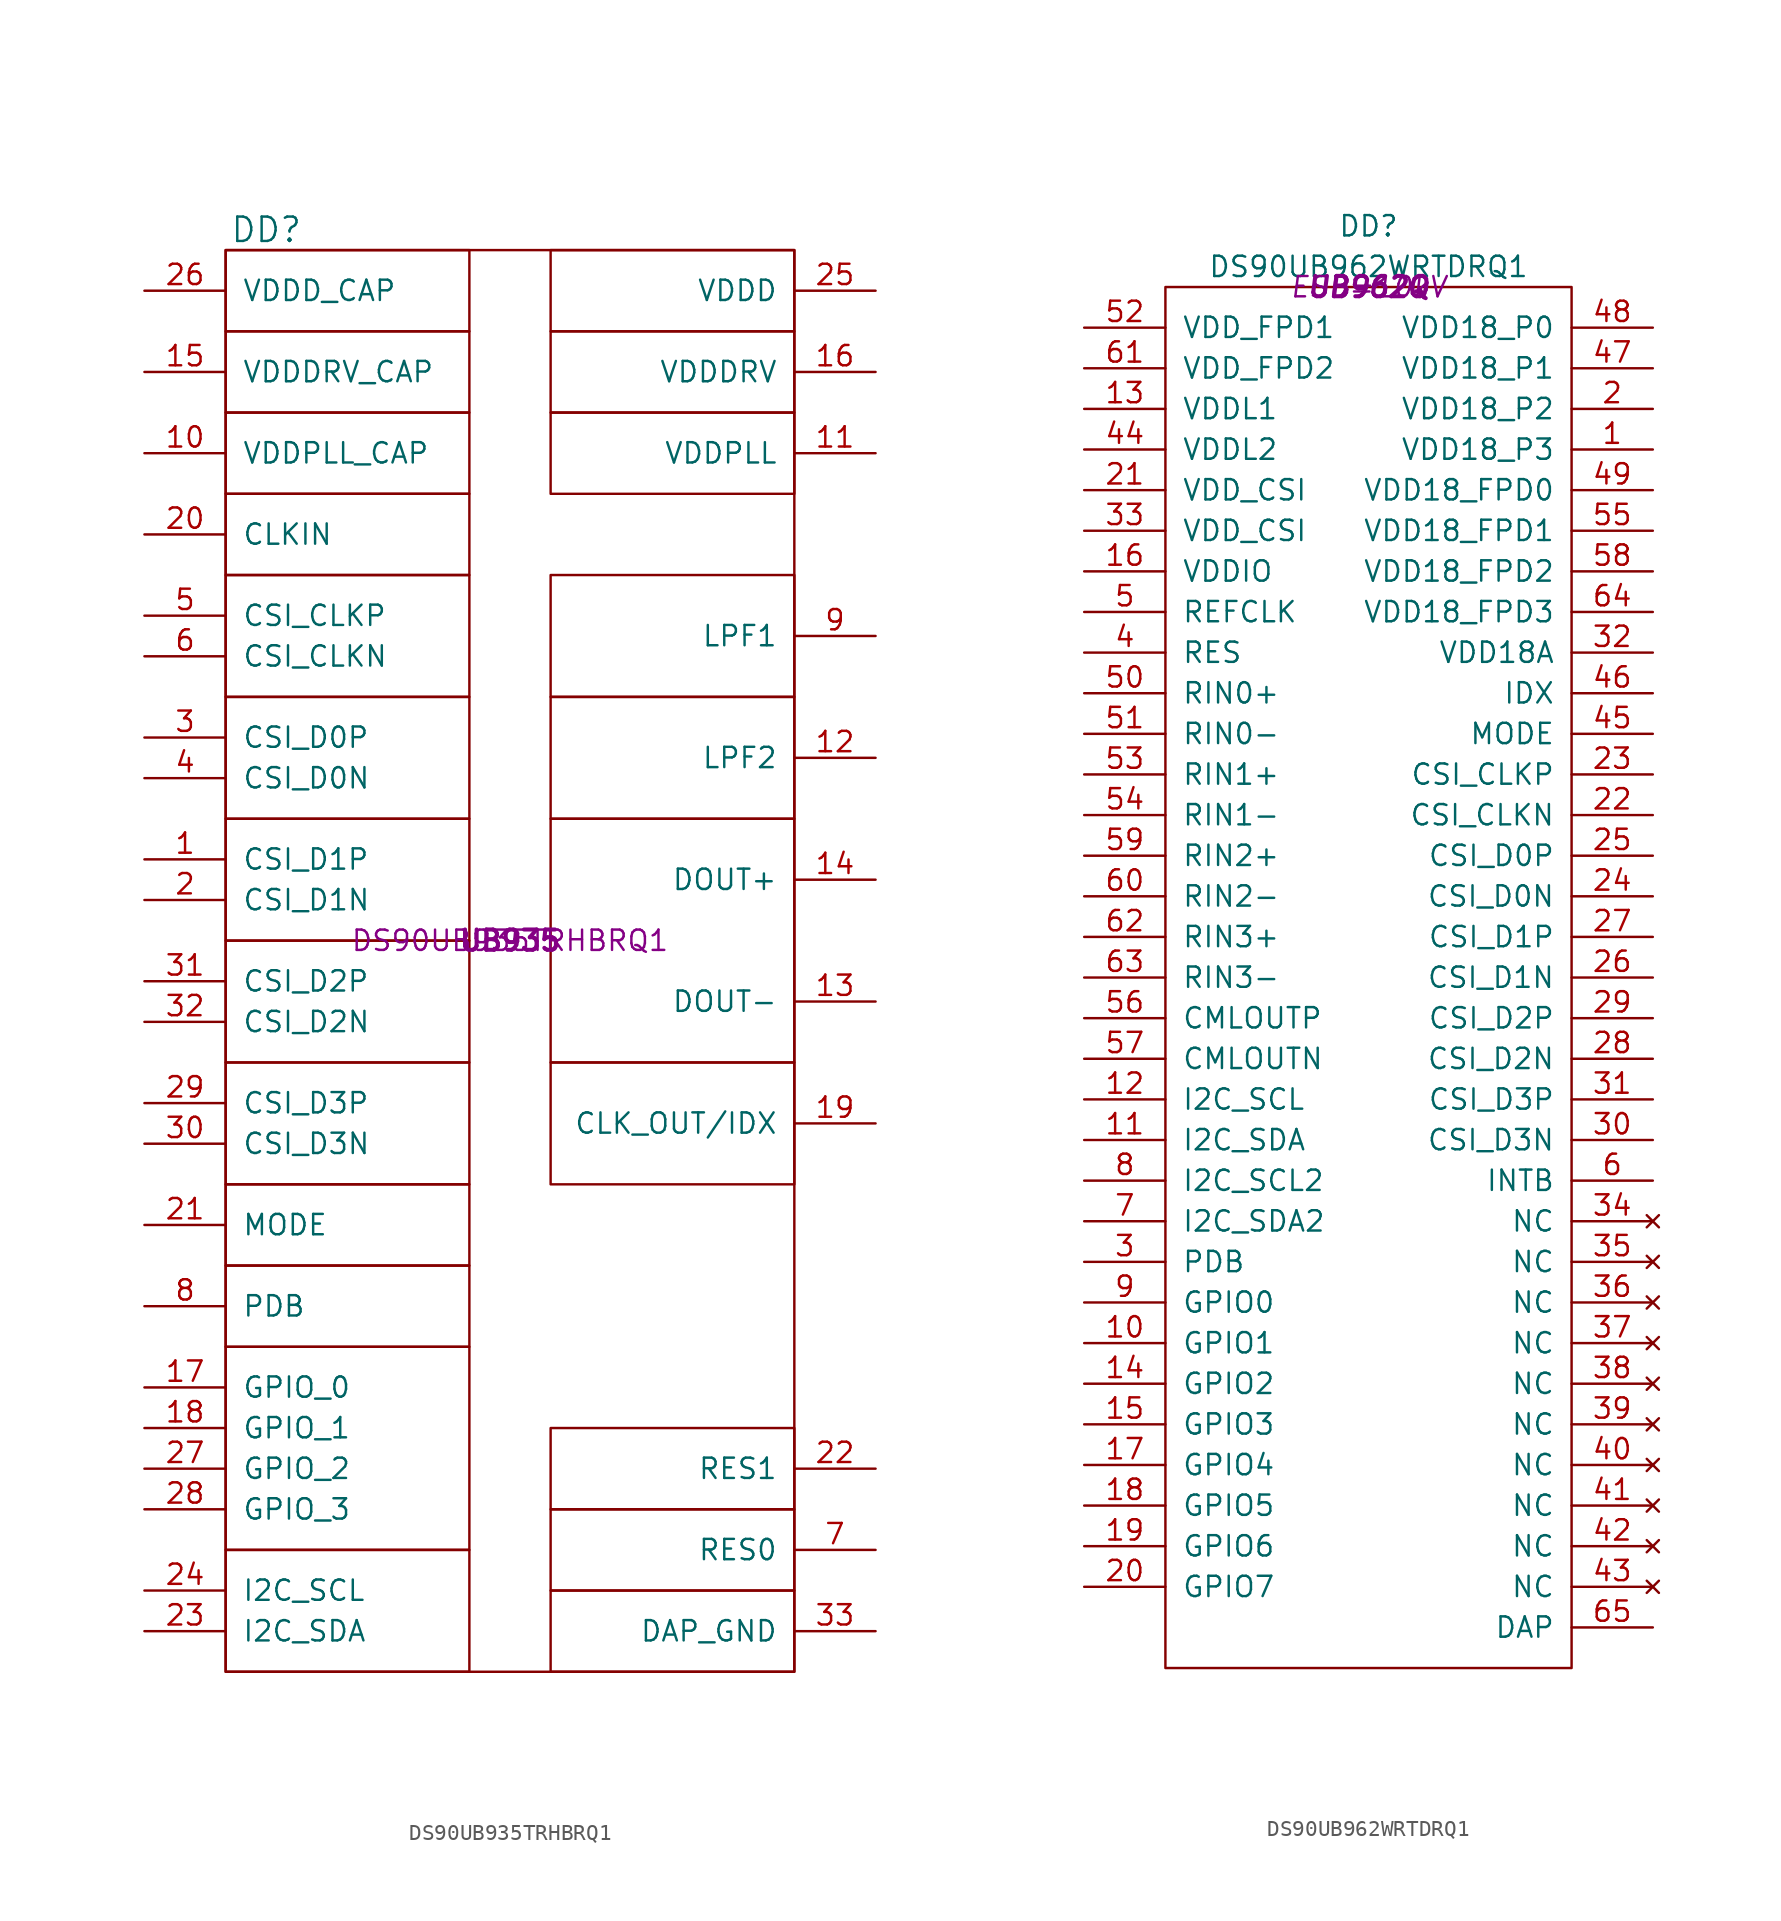
<source format=kicad_sym>
(kicad_symbol_lib
  (version 20211014)
  (generator kicad_symbol_editor)
  (symbol "DS90UB935TRHBRQ1"
    (pin_names
      (offset 1.016))
    (property "Reference" "DD"
      (at -15.24 44.45 0)
      (effects (font (size 1.524 1.524))))
    (property "p/n" "DS90UB935TRHBRQ1"
      (at 0 0 0)
      (effects (font (size 1.27 1.27))))
    (property "Mark" "UB935"
      (at 0 0 0)
      (effects (font (size 1.27 1.27) bold)))
    (symbol "DS90UB935TRHBRQ1_0_1"
      (rectangle (start -17.78 -38.1) (end -2.54 -45.72) (stroke (width 0) (type default) (color 0 0 0 0)) (fill (type none)))
      (rectangle (start -17.78 -25.4) (end -2.54 -38.1) (stroke (width 0) (type default) (color 0 0 0 0)) (fill (type none)))
      (rectangle (start -17.78 -20.32) (end -2.54 -25.4) (stroke (width 0) (type default) (color 0 0 0 0)) (fill (type none)))
      (rectangle (start -17.78 -15.24) (end -2.54 -20.32) (stroke (width 0) (type default) (color 0 0 0 0)) (fill (type none)))
      (rectangle (start -17.78 -7.62) (end -2.54 -15.24) (stroke (width 0) (type default) (color 0 0 0 0)) (fill (type none)))
      (rectangle (start -17.78 0) (end -2.54 -7.62) (stroke (width 0) (type default) (color 0 0 0 0)) (fill (type none)))
      (rectangle (start -17.78 7.62) (end -2.54 0) (stroke (width 0) (type default) (color 0 0 0 0)) (fill (type none)))
      (rectangle (start -17.78 15.24) (end -2.54 7.62) (stroke (width 0) (type default) (color 0 0 0 0)) (fill (type none)))
      (rectangle (start -17.78 22.86) (end -2.54 15.24) (stroke (width 0) (type default) (color 0 0 0 0)) (fill (type none)))
      (rectangle (start -17.78 27.94) (end -2.54 22.86) (stroke (width 0) (type default) (color 0 0 0 0)) (fill (type none)))
      (rectangle (start -17.78 33.02) (end -2.54 27.94) (stroke (width 0) (type default) (color 0 0 0 0)) (fill (type none)))
      (rectangle (start -17.78 38.1) (end -2.54 33.02) (stroke (width 0) (type default) (color 0 0 0 0)) (fill (type none)))
      (rectangle (start -17.78 43.18) (end -2.54 38.1) (stroke (width 0) (type default) (color 0 0 0 0)) (fill (type none)))
      (rectangle (start -17.78 43.18) (end 17.78 -45.72) (stroke (width 0) (type default) (color 0 0 0 0)) (fill (type none)))
      (rectangle (start 2.54 -40.64) (end 17.78 -45.72) (stroke (width 0) (type default) (color 0 0 0 0)) (fill (type none)))
      (rectangle (start 2.54 -35.56) (end 17.78 -40.64) (stroke (width 0) (type default) (color 0 0 0 0)) (fill (type none)))
      (rectangle (start 2.54 -30.48) (end 17.78 -35.56) (stroke (width 0) (type default) (color 0 0 0 0)) (fill (type none)))
      (rectangle (start 2.54 -7.62) (end 17.78 -15.24) (stroke (width 0) (type default) (color 0 0 0 0)) (fill (type none)))
      (rectangle (start 2.54 7.62) (end 17.78 -7.62) (stroke (width 0) (type default) (color 0 0 0 0)) (fill (type none)))
      (rectangle (start 2.54 15.24) (end 17.78 7.62) (stroke (width 0) (type default) (color 0 0 0 0)) (fill (type none)))
      (rectangle (start 2.54 22.86) (end 17.78 15.24) (stroke (width 0) (type default) (color 0 0 0 0)) (fill (type none)))
      (rectangle (start 2.54 33.02) (end 17.78 27.94) (stroke (width 0) (type default) (color 0 0 0 0)) (fill (type none)))
      (rectangle (start 2.54 38.1) (end 17.78 33.02) (stroke (width 0) (type default) (color 0 0 0 0)) (fill (type none)))
      (rectangle (start 2.54 43.18) (end 17.78 38.1) (stroke (width 0) (type default) (color 0 0 0 0)) (fill (type none))))
    (symbol "DS90UB935TRHBRQ1_1_1"
      (pin input line (at -22.86 5.08 0) (length 5.08) (name "CSI_D1P" (effects (font (size 1.27 1.27)))) (number "1" (effects (font (size 1.27 1.27)))))
      (pin passive line (at -22.86 30.48 0) (length 5.08) (name "VDDPLL_CAP" (effects (font (size 1.27 1.27)))) (number "10" (effects (font (size 1.27 1.27)))))
      (pin input line (at 22.86 30.48 180) (length 5.08) (name "VDDPLL" (effects (font (size 1.27 1.27)))) (number "11" (effects (font (size 1.27 1.27)))))
      (pin passive line (at 22.86 11.43 180) (length 5.08) (name "LPF2" (effects (font (size 1.27 1.27)))) (number "12" (effects (font (size 1.27 1.27)))))
      (pin bidirectional line (at 22.86 -3.81 180) (length 5.08) (name "DOUT-" (effects (font (size 1.27 1.27)))) (number "13" (effects (font (size 1.27 1.27)))))
      (pin bidirectional line (at 22.86 3.81 180) (length 5.08) (name "DOUT+" (effects (font (size 1.27 1.27)))) (number "14" (effects (font (size 1.27 1.27)))))
      (pin passive line (at -22.86 35.56 0) (length 5.08) (name "VDDDRV_CAP" (effects (font (size 1.27 1.27)))) (number "15" (effects (font (size 1.27 1.27)))))
      (pin input line (at 22.86 35.56 180) (length 5.08) (name "VDDDRV" (effects (font (size 1.27 1.27)))) (number "16" (effects (font (size 1.27 1.27)))))
      (pin bidirectional line (at -22.86 -27.94 0) (length 5.08) (name "GPIO_0" (effects (font (size 1.27 1.27)))) (number "17" (effects (font (size 1.27 1.27)))))
      (pin bidirectional line (at -22.86 -30.48 0) (length 5.08) (name "GPIO_1" (effects (font (size 1.27 1.27)))) (number "18" (effects (font (size 1.27 1.27)))))
      (pin bidirectional line (at 22.86 -11.43 180) (length 5.08) (name "CLK_OUT/IDX" (effects (font (size 1.27 1.27)))) (number "19" (effects (font (size 1.27 1.27)))))
      (pin input line (at -22.86 2.54 0) (length 5.08) (name "CSI_D1N" (effects (font (size 1.27 1.27)))) (number "2" (effects (font (size 1.27 1.27)))))
      (pin input line (at -22.86 25.4 0) (length 5.08) (name "CLKIN" (effects (font (size 1.27 1.27)))) (number "20" (effects (font (size 1.27 1.27)))))
      (pin passive line (at -22.86 -17.78 0) (length 5.08) (name "MODE" (effects (font (size 1.27 1.27)))) (number "21" (effects (font (size 1.27 1.27)))))
      (pin input line (at 22.86 -33.02 180) (length 5.08) (name "RES1" (effects (font (size 1.27 1.27)))) (number "22" (effects (font (size 1.27 1.27)))))
      (pin open_collector line (at -22.86 -43.18 0) (length 5.08) (name "I2C_SDA" (effects (font (size 1.27 1.27)))) (number "23" (effects (font (size 1.27 1.27)))))
      (pin open_collector line (at -22.86 -40.64 0) (length 5.08) (name "I2C_SCL" (effects (font (size 1.27 1.27)))) (number "24" (effects (font (size 1.27 1.27)))))
      (pin input line (at 22.86 40.64 180) (length 5.08) (name "VDDD" (effects (font (size 1.27 1.27)))) (number "25" (effects (font (size 1.27 1.27)))))
      (pin passive line (at -22.86 40.64 0) (length 5.08) (name "VDDD_CAP" (effects (font (size 1.27 1.27)))) (number "26" (effects (font (size 1.27 1.27)))))
      (pin bidirectional line (at -22.86 -33.02 0) (length 5.08) (name "GPIO_2" (effects (font (size 1.27 1.27)))) (number "27" (effects (font (size 1.27 1.27)))))
      (pin bidirectional line (at -22.86 -35.56 0) (length 5.08) (name "GPIO_3" (effects (font (size 1.27 1.27)))) (number "28" (effects (font (size 1.27 1.27)))))
      (pin input line (at -22.86 -10.16 0) (length 5.08) (name "CSI_D3P" (effects (font (size 1.27 1.27)))) (number "29" (effects (font (size 1.27 1.27)))))
      (pin input line (at -22.86 12.7 0) (length 5.08) (name "CSI_D0P" (effects (font (size 1.27 1.27)))) (number "3" (effects (font (size 1.27 1.27)))))
      (pin input line (at -22.86 -12.7 0) (length 5.08) (name "CSI_D3N" (effects (font (size 1.27 1.27)))) (number "30" (effects (font (size 1.27 1.27)))))
      (pin input line (at -22.86 -2.54 0) (length 5.08) (name "CSI_D2P" (effects (font (size 1.27 1.27)))) (number "31" (effects (font (size 1.27 1.27)))))
      (pin input line (at -22.86 -5.08 0) (length 5.08) (name "CSI_D2N" (effects (font (size 1.27 1.27)))) (number "32" (effects (font (size 1.27 1.27)))))
      (pin power_in line (at 22.86 -43.18 180) (length 5.08) (name "DAP_GND" (effects (font (size 1.27 1.27)))) (number "33" (effects (font (size 1.27 1.27)))))
      (pin input line (at -22.86 10.16 0) (length 5.08) (name "CSI_D0N" (effects (font (size 1.27 1.27)))) (number "4" (effects (font (size 1.27 1.27)))))
      (pin input line (at -22.86 20.32 0) (length 5.08) (name "CSI_CLKP" (effects (font (size 1.27 1.27)))) (number "5" (effects (font (size 1.27 1.27)))))
      (pin input line (at -22.86 17.78 0) (length 5.08) (name "CSI_CLKN" (effects (font (size 1.27 1.27)))) (number "6" (effects (font (size 1.27 1.27)))))
      (pin input line (at 22.86 -38.1 180) (length 5.08) (name "RES0" (effects (font (size 1.27 1.27)))) (number "7" (effects (font (size 1.27 1.27)))))
      (pin input line (at -22.86 -22.86 0) (length 5.08) (name "PDB" (effects (font (size 1.27 1.27)))) (number "8" (effects (font (size 1.27 1.27)))))
      (pin passive line (at 22.86 19.05 180) (length 5.08) (name "LPF1" (effects (font (size 1.27 1.27)))) (number "9" (effects (font (size 1.27 1.27)))))))
  (symbol "DS90UB962WRTDRQ1"
    (pin_names
      (offset 1.016))
    (property "Reference" "DD"
      (at 0 3.81 0)
      (effects (font (size 1.27 1.27))))
    (property "Value" "DS90UB962WRTDRQ1"
      (at 0 1.27 0)
      (effects (font (size 1.27 1.27))))
    (property "Mark" "UB962Q"
      (at 0 0 0)
      (effects (font (size 1.27 1.27) bold italic)))
    (property "ESD" "ESD=10kV"
      (at 0 0 0)
      (effects (font (size 1.27 1.27) italic)))
    (symbol "DS90UB962WRTDRQ1_0_1"
      (rectangle (start -12.7 0) (end 12.7 -86.36) (stroke (width 0) (type default) (color 0 0 0 0)) (fill (type none))))
    (symbol "DS90UB962WRTDRQ1_1_1"
      (pin passive line (at 17.78 -10.16 180) (length 5.08) (name "VDD18_P3" (effects (font (size 1.27 1.27)))) (number "1" (effects (font (size 1.27 1.27)))))
      (pin passive line (at -17.78 -66.04 0) (length 5.08) (name "GPIO1" (effects (font (size 1.27 1.27)))) (number "10" (effects (font (size 1.27 1.27)))))
      (pin passive line (at -17.78 -53.34 0) (length 5.08) (name "I2C_SDA" (effects (font (size 1.27 1.27)))) (number "11" (effects (font (size 1.27 1.27)))))
      (pin passive line (at -17.78 -50.8 0) (length 5.08) (name "I2C_SCL" (effects (font (size 1.27 1.27)))) (number "12" (effects (font (size 1.27 1.27)))))
      (pin passive line (at -17.78 -7.62 0) (length 5.08) (name "VDDL1" (effects (font (size 1.27 1.27)))) (number "13" (effects (font (size 1.27 1.27)))))
      (pin passive line (at -17.78 -68.58 0) (length 5.08) (name "GPIO2" (effects (font (size 1.27 1.27)))) (number "14" (effects (font (size 1.27 1.27)))))
      (pin passive line (at -17.78 -71.12 0) (length 5.08) (name "GPIO3" (effects (font (size 1.27 1.27)))) (number "15" (effects (font (size 1.27 1.27)))))
      (pin passive line (at -17.78 -17.78 0) (length 5.08) (name "VDDIO" (effects (font (size 1.27 1.27)))) (number "16" (effects (font (size 1.27 1.27)))))
      (pin passive line (at -17.78 -73.66 0) (length 5.08) (name "GPIO4" (effects (font (size 1.27 1.27)))) (number "17" (effects (font (size 1.27 1.27)))))
      (pin passive line (at -17.78 -76.2 0) (length 5.08) (name "GPIO5" (effects (font (size 1.27 1.27)))) (number "18" (effects (font (size 1.27 1.27)))))
      (pin passive line (at -17.78 -78.74 0) (length 5.08) (name "GPIO6" (effects (font (size 1.27 1.27)))) (number "19" (effects (font (size 1.27 1.27)))))
      (pin passive line (at 17.78 -7.62 180) (length 5.08) (name "VDD18_P2" (effects (font (size 1.27 1.27)))) (number "2" (effects (font (size 1.27 1.27)))))
      (pin passive line (at -17.78 -81.28 0) (length 5.08) (name "GPIO7" (effects (font (size 1.27 1.27)))) (number "20" (effects (font (size 1.27 1.27)))))
      (pin passive line (at -17.78 -12.7 0) (length 5.08) (name "VDD_CSI" (effects (font (size 1.27 1.27)))) (number "21" (effects (font (size 1.27 1.27)))))
      (pin passive line (at 17.78 -33.02 180) (length 5.08) (name "CSI_CLKN" (effects (font (size 1.27 1.27)))) (number "22" (effects (font (size 1.27 1.27)))))
      (pin passive line (at 17.78 -30.48 180) (length 5.08) (name "CSI_CLKP" (effects (font (size 1.27 1.27)))) (number "23" (effects (font (size 1.27 1.27)))))
      (pin passive line (at 17.78 -38.1 180) (length 5.08) (name "CSI_D0N" (effects (font (size 1.27 1.27)))) (number "24" (effects (font (size 1.27 1.27)))))
      (pin passive line (at 17.78 -35.56 180) (length 5.08) (name "CSI_D0P" (effects (font (size 1.27 1.27)))) (number "25" (effects (font (size 1.27 1.27)))))
      (pin passive line (at 17.78 -43.18 180) (length 5.08) (name "CSI_D1N" (effects (font (size 1.27 1.27)))) (number "26" (effects (font (size 1.27 1.27)))))
      (pin passive line (at 17.78 -40.64 180) (length 5.08) (name "CSI_D1P" (effects (font (size 1.27 1.27)))) (number "27" (effects (font (size 1.27 1.27)))))
      (pin passive line (at 17.78 -48.26 180) (length 5.08) (name "CSI_D2N" (effects (font (size 1.27 1.27)))) (number "28" (effects (font (size 1.27 1.27)))))
      (pin passive line (at 17.78 -45.72 180) (length 5.08) (name "CSI_D2P" (effects (font (size 1.27 1.27)))) (number "29" (effects (font (size 1.27 1.27)))))
      (pin passive line (at -17.78 -60.96 0) (length 5.08) (name "PDB" (effects (font (size 1.27 1.27)))) (number "3" (effects (font (size 1.27 1.27)))))
      (pin passive line (at 17.78 -53.34 180) (length 5.08) (name "CSI_D3N" (effects (font (size 1.27 1.27)))) (number "30" (effects (font (size 1.27 1.27)))))
      (pin passive line (at 17.78 -50.8 180) (length 5.08) (name "CSI_D3P" (effects (font (size 1.27 1.27)))) (number "31" (effects (font (size 1.27 1.27)))))
      (pin passive line (at 17.78 -22.86 180) (length 5.08) (name "VDD18A" (effects (font (size 1.27 1.27)))) (number "32" (effects (font (size 1.27 1.27)))))
      (pin passive line (at -17.78 -15.24 0) (length 5.08) (name "VDD_CSI" (effects (font (size 1.27 1.27)))) (number "33" (effects (font (size 1.27 1.27)))))
      (pin no_connect line (at 17.78 -58.42 180) (length 5.08) (name "NC" (effects (font (size 1.27 1.27)))) (number "34" (effects (font (size 1.27 1.27)))))
      (pin no_connect line (at 17.78 -60.96 180) (length 5.08) (name "NC" (effects (font (size 1.27 1.27)))) (number "35" (effects (font (size 1.27 1.27)))))
      (pin no_connect line (at 17.78 -63.5 180) (length 5.08) (name "NC" (effects (font (size 1.27 1.27)))) (number "36" (effects (font (size 1.27 1.27)))))
      (pin no_connect line (at 17.78 -66.04 180) (length 5.08) (name "NC" (effects (font (size 1.27 1.27)))) (number "37" (effects (font (size 1.27 1.27)))))
      (pin no_connect line (at 17.78 -68.58 180) (length 5.08) (name "NC" (effects (font (size 1.27 1.27)))) (number "38" (effects (font (size 1.27 1.27)))))
      (pin no_connect line (at 17.78 -71.12 180) (length 5.08) (name "NC" (effects (font (size 1.27 1.27)))) (number "39" (effects (font (size 1.27 1.27)))))
      (pin passive line (at -17.78 -22.86 0) (length 5.08) (name "RES" (effects (font (size 1.27 1.27)))) (number "4" (effects (font (size 1.27 1.27)))))
      (pin no_connect line (at 17.78 -73.66 180) (length 5.08) (name "NC" (effects (font (size 1.27 1.27)))) (number "40" (effects (font (size 1.27 1.27)))))
      (pin no_connect line (at 17.78 -76.2 180) (length 5.08) (name "NC" (effects (font (size 1.27 1.27)))) (number "41" (effects (font (size 1.27 1.27)))))
      (pin no_connect line (at 17.78 -78.74 180) (length 5.08) (name "NC" (effects (font (size 1.27 1.27)))) (number "42" (effects (font (size 1.27 1.27)))))
      (pin no_connect line (at 17.78 -81.28 180) (length 5.08) (name "NC" (effects (font (size 1.27 1.27)))) (number "43" (effects (font (size 1.27 1.27)))))
      (pin passive line (at -17.78 -10.16 0) (length 5.08) (name "VDDL2" (effects (font (size 1.27 1.27)))) (number "44" (effects (font (size 1.27 1.27)))))
      (pin passive line (at 17.78 -27.94 180) (length 5.08) (name "MODE" (effects (font (size 1.27 1.27)))) (number "45" (effects (font (size 1.27 1.27)))))
      (pin passive line (at 17.78 -25.4 180) (length 5.08) (name "IDX" (effects (font (size 1.27 1.27)))) (number "46" (effects (font (size 1.27 1.27)))))
      (pin passive line (at 17.78 -5.08 180) (length 5.08) (name "VDD18_P1" (effects (font (size 1.27 1.27)))) (number "47" (effects (font (size 1.27 1.27)))))
      (pin passive line (at 17.78 -2.54 180) (length 5.08) (name "VDD18_P0" (effects (font (size 1.27 1.27)))) (number "48" (effects (font (size 1.27 1.27)))))
      (pin passive line (at 17.78 -12.7 180) (length 5.08) (name "VDD18_FPD0" (effects (font (size 1.27 1.27)))) (number "49" (effects (font (size 1.27 1.27)))))
      (pin passive line (at -17.78 -20.32 0) (length 5.08) (name "REFCLK" (effects (font (size 1.27 1.27)))) (number "5" (effects (font (size 1.27 1.27)))))
      (pin passive line (at -17.78 -25.4 0) (length 5.08) (name "RIN0+" (effects (font (size 1.27 1.27)))) (number "50" (effects (font (size 1.27 1.27)))))
      (pin passive line (at -17.78 -27.94 0) (length 5.08) (name "RIN0-" (effects (font (size 1.27 1.27)))) (number "51" (effects (font (size 1.27 1.27)))))
      (pin passive line (at -17.78 -2.54 0) (length 5.08) (name "VDD_FPD1" (effects (font (size 1.27 1.27)))) (number "52" (effects (font (size 1.27 1.27)))))
      (pin passive line (at -17.78 -30.48 0) (length 5.08) (name "RIN1+" (effects (font (size 1.27 1.27)))) (number "53" (effects (font (size 1.27 1.27)))))
      (pin passive line (at -17.78 -33.02 0) (length 5.08) (name "RIN1-" (effects (font (size 1.27 1.27)))) (number "54" (effects (font (size 1.27 1.27)))))
      (pin passive line (at 17.78 -15.24 180) (length 5.08) (name "VDD18_FPD1" (effects (font (size 1.27 1.27)))) (number "55" (effects (font (size 1.27 1.27)))))
      (pin passive line (at -17.78 -45.72 0) (length 5.08) (name "CMLOUTP" (effects (font (size 1.27 1.27)))) (number "56" (effects (font (size 1.27 1.27)))))
      (pin passive line (at -17.78 -48.26 0) (length 5.08) (name "CMLOUTN" (effects (font (size 1.27 1.27)))) (number "57" (effects (font (size 1.27 1.27)))))
      (pin passive line (at 17.78 -17.78 180) (length 5.08) (name "VDD18_FPD2" (effects (font (size 1.27 1.27)))) (number "58" (effects (font (size 1.27 1.27)))))
      (pin passive line (at -17.78 -35.56 0) (length 5.08) (name "RIN2+" (effects (font (size 1.27 1.27)))) (number "59" (effects (font (size 1.27 1.27)))))
      (pin passive line (at 17.78 -55.88 180) (length 5.08) (name "INTB" (effects (font (size 1.27 1.27)))) (number "6" (effects (font (size 1.27 1.27)))))
      (pin passive line (at -17.78 -38.1 0) (length 5.08) (name "RIN2-" (effects (font (size 1.27 1.27)))) (number "60" (effects (font (size 1.27 1.27)))))
      (pin passive line (at -17.78 -5.08 0) (length 5.08) (name "VDD_FPD2" (effects (font (size 1.27 1.27)))) (number "61" (effects (font (size 1.27 1.27)))))
      (pin passive line (at -17.78 -40.64 0) (length 5.08) (name "RIN3+" (effects (font (size 1.27 1.27)))) (number "62" (effects (font (size 1.27 1.27)))))
      (pin passive line (at -17.78 -43.18 0) (length 5.08) (name "RIN3-" (effects (font (size 1.27 1.27)))) (number "63" (effects (font (size 1.27 1.27)))))
      (pin passive line (at 17.78 -20.32 180) (length 5.08) (name "VDD18_FPD3" (effects (font (size 1.27 1.27)))) (number "64" (effects (font (size 1.27 1.27)))))
      (pin passive line (at 17.78 -83.82 180) (length 5.08) (name "DAP" (effects (font (size 1.27 1.27)))) (number "65" (effects (font (size 1.27 1.27)))))
      (pin passive line (at -17.78 -58.42 0) (length 5.08) (name "I2C_SDA2" (effects (font (size 1.27 1.27)))) (number "7" (effects (font (size 1.27 1.27)))))
      (pin passive line (at -17.78 -55.88 0) (length 5.08) (name "I2C_SCL2" (effects (font (size 1.27 1.27)))) (number "8" (effects (font (size 1.27 1.27)))))
      (pin passive line (at -17.78 -63.5 0) (length 5.08) (name "GPIO0" (effects (font (size 1.27 1.27)))) (number "9" (effects (font (size 1.27 1.27))))))))
</source>
